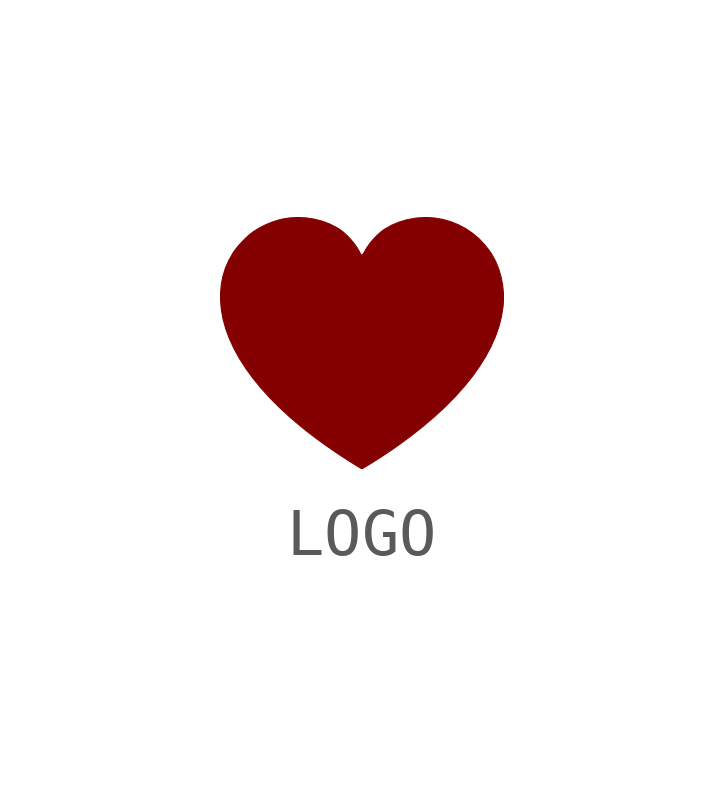
<source format=kicad_sym>
(kicad_symbol_lib
  (version 20220914)
  (generator bitmap2component)
  (symbol "LOGO"
    (pin_names
      (offset 1.016))
    (property "Reference" "#G"
      (at 0 2.035 0)
      (effects (font (size 1.27 1.27)) hide))
    (symbol "LOGO_0_0"
      (polyline (pts (xy -0.001 -2.619) (xy 0.015 -2.612) (xy 0.045 -2.595) (xy 0.087 -2.57) (xy 0.14 -2.538) (xy 0.2 -2.501) (xy 0.265 -2.46) (xy 0.334 -2.416) (xy 0.405 -2.37) (xy 0.475 -2.324) (xy 0.543 -2.279) (xy 0.605 -2.237) (xy 0.748 -2.137) (xy 1.024 -1.935) (xy 1.282 -1.73) (xy 1.522 -1.525) (xy 1.745 -1.319) (xy 1.949 -1.111) (xy 2.135 -0.903) (xy 2.303 -0.695) (xy 2.451 -0.486) (xy 2.581 -0.278) (xy 2.692 -0.07) (xy 2.784 0.138) (xy 2.856 0.344) (xy 2.908 0.55) (xy 2.941 0.755) (xy 2.95 0.865) (xy 2.95 1.041) (xy 2.933 1.215) (xy 2.899 1.386) (xy 2.85 1.551) (xy 2.786 1.706) (xy 2.708 1.85) (xy 2.67 1.908) (xy 2.561 2.049) (xy 2.44 2.177) (xy 2.307 2.289) (xy 2.164 2.386) (xy 2.011 2.467) (xy 1.851 2.532) (xy 1.685 2.579) (xy 1.514 2.608) (xy 1.339 2.619) (xy 1.162 2.61) (xy 1.11 2.604) (xy 0.934 2.571) (xy 0.767 2.521) (xy 0.611 2.455) (xy 0.466 2.372) (xy 0.394 2.318) (xy 0.315 2.247) (xy 0.237 2.166) (xy 0.165 2.079) (xy 0.102 1.99) (xy 0.052 1.904) (xy 0.035 1.873) (xy 0.014 1.845) (xy -0.003 1.835) (xy -0.018 1.843) (xy -0.025 1.854) (xy -0.039 1.879) (xy -0.055 1.91) (xy -0.058 1.916) (xy -0.106 1.998) (xy -0.168 2.083) (xy -0.238 2.167) (xy -0.314 2.247) (xy -0.391 2.316) (xy -0.466 2.372) (xy -0.52 2.405) (xy -0.667 2.481) (xy -0.824 2.541) (xy -0.988 2.584) (xy -1.156 2.61) (xy -1.327 2.619) (xy -1.497 2.611) (xy -1.666 2.584) (xy -1.751 2.563) (xy -1.885 2.519) (xy -2.019 2.462) (xy -2.146 2.397) (xy -2.261 2.325) (xy -2.269 2.32) (xy -2.338 2.266) (xy -2.412 2.2) (xy -2.486 2.126) (xy -2.557 2.05) (xy -2.62 1.974) (xy -2.671 1.905) (xy -2.686 1.882) (xy -2.775 1.726) (xy -2.846 1.565) (xy -2.898 1.398) (xy -2.932 1.223) (xy -2.948 1.039) (xy -2.948 0.883) (xy -2.93 0.688) (xy -2.893 0.489) (xy -2.837 0.289) (xy -2.762 0.088) (xy -2.668 -0.115) (xy -2.556 -0.319) (xy -2.425 -0.524) (xy -2.276 -0.728) (xy -2.11 -0.933) (xy -1.926 -1.137) (xy -1.724 -1.339) (xy -1.506 -1.541) (xy -1.27 -1.741) (xy -1.148 -1.839) (xy -0.939 -1.999) (xy -0.72 -2.157) (xy -0.488 -2.316) (xy -0.24 -2.476) (xy -0.181 -2.513) (xy -0.126 -2.547) (xy -0.078 -2.577) (xy -0.04 -2.599) (xy -0.014 -2.614) (xy -0.002 -2.619) (xy -0.001 -2.619)) (stroke (width 0.01) (type default)) (fill (type outline))))))
</source>
